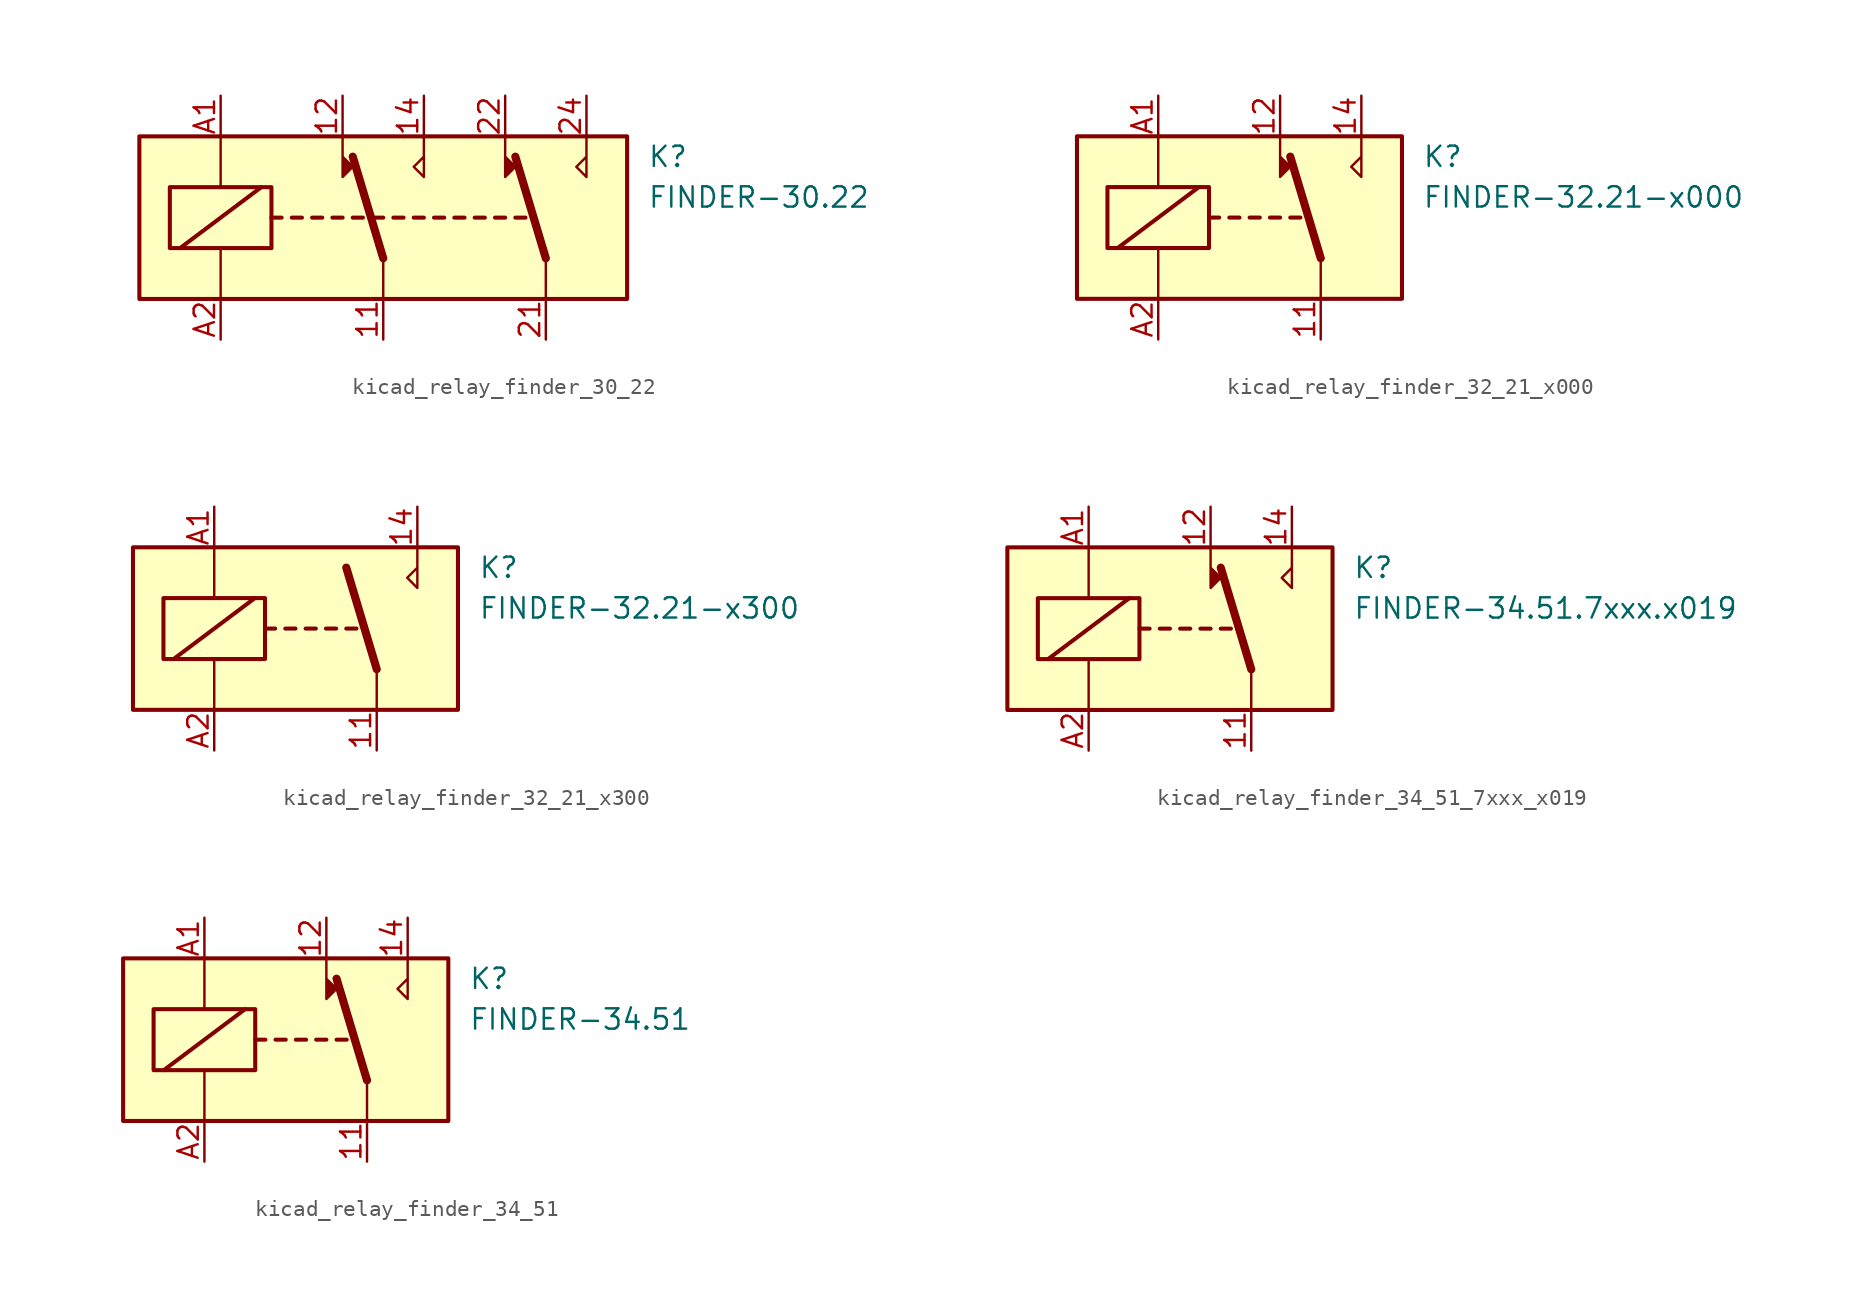
<source format=kicad_sym>
(kicad_symbol_lib
  (version 20220914)
  (generator kicad_symbol_editor)
  (symbol "kicad_relay_finder_30_22"
    (property "Reference" "K"
      (at 16.51 3.81 0)
      (effects (font (size 1.27 1.27)) (justify left)))
    (property "Value" "FINDER-30.22"
      (at 16.51 1.27 0)
      (effects (font (size 1.27 1.27)) (justify left)))
    (symbol "kicad_relay_finder_30_22_0_0"
      (polyline (pts (xy -2.54 5.08) (xy -2.54 2.54) (xy -1.905 3.175) (xy -2.54 3.81)) (stroke (width 0) (type default)) (fill (type outline)))
      (polyline (pts (xy 2.54 5.08) (xy 2.54 2.54) (xy 1.905 3.175) (xy 2.54 3.81)) (stroke (width 0) (type default)) (fill (type none)))
      (polyline (pts (xy 7.62 5.08) (xy 7.62 2.54) (xy 8.255 3.175) (xy 7.62 3.81)) (stroke (width 0) (type default)) (fill (type outline)))
      (polyline (pts (xy 12.7 5.08) (xy 12.7 2.54) (xy 12.065 3.175) (xy 12.7 3.81)) (stroke (width 0) (type default)) (fill (type none))))
    (symbol "kicad_relay_finder_30_22_0_1"
      (rectangle (start -15.24 5.08) (end 15.24 -5.08) (stroke (width 0.254) (type default)) (fill (type background)))
      (rectangle (start -13.335 1.905) (end -6.985 -1.905) (stroke (width 0.254) (type default)) (fill (type none)))
      (polyline (pts (xy -12.7 -1.905) (xy -7.62 1.905)) (stroke (width 0.254) (type default)) (fill (type none)))
      (polyline (pts (xy -10.16 -5.08) (xy -10.16 -1.905)) (stroke (width 0) (type default)) (fill (type none)))
      (polyline (pts (xy -10.16 5.08) (xy -10.16 1.905)) (stroke (width 0) (type default)) (fill (type none)))
      (polyline (pts (xy -6.985 0) (xy -6.35 0)) (stroke (width 0.254) (type default)) (fill (type none)))
      (polyline (pts (xy -5.715 0) (xy -5.08 0)) (stroke (width 0.254) (type default)) (fill (type none)))
      (polyline (pts (xy -4.445 0) (xy -3.81 0)) (stroke (width 0.254) (type default)) (fill (type none)))
      (polyline (pts (xy -3.175 0) (xy -2.54 0)) (stroke (width 0.254) (type default)) (fill (type none)))
      (polyline (pts (xy -1.905 0) (xy -1.27 0)) (stroke (width 0.254) (type default)) (fill (type none)))
      (polyline (pts (xy -0.635 0) (xy 0 0)) (stroke (width 0.254) (type default)) (fill (type none)))
      (polyline (pts (xy 0 -2.54) (xy -1.905 3.81)) (stroke (width 0.508) (type default)) (fill (type none)))
      (polyline (pts (xy 0 -2.54) (xy 0 -5.08)) (stroke (width 0) (type default)) (fill (type none)))
      (polyline (pts (xy 0.635 0) (xy 1.27 0)) (stroke (width 0.254) (type default)) (fill (type none)))
      (polyline (pts (xy 1.905 0) (xy 2.54 0)) (stroke (width 0.254) (type default)) (fill (type none)))
      (polyline (pts (xy 3.175 0) (xy 3.81 0)) (stroke (width 0.254) (type default)) (fill (type none)))
      (polyline (pts (xy 4.445 0) (xy 5.08 0)) (stroke (width 0.254) (type default)) (fill (type none)))
      (polyline (pts (xy 5.715 0) (xy 6.35 0)) (stroke (width 0.254) (type default)) (fill (type none)))
      (polyline (pts (xy 6.985 0) (xy 7.62 0)) (stroke (width 0.254) (type default)) (fill (type none)))
      (polyline (pts (xy 8.255 0) (xy 8.89 0)) (stroke (width 0.254) (type default)) (fill (type none)))
      (polyline (pts (xy 10.16 -2.54) (xy 8.255 3.81)) (stroke (width 0.508) (type default)) (fill (type none)))
      (polyline (pts (xy 10.16 -2.54) (xy 10.16 -5.08)) (stroke (width 0) (type default)) (fill (type none))))
    (symbol "kicad_relay_finder_30_22_1_1"
      (pin passive line (at 0 -7.62 90) (length 2.54) (name "~" (effects (font (size 1.27 1.27)))) (number "11" (effects (font (size 1.27 1.27)))))
      (pin passive line (at -2.54 7.62 270) (length 2.54) (name "~" (effects (font (size 1.27 1.27)))) (number "12" (effects (font (size 1.27 1.27)))))
      (pin passive line (at 2.54 7.62 270) (length 2.54) (name "~" (effects (font (size 1.27 1.27)))) (number "14" (effects (font (size 1.27 1.27)))))
      (pin passive line (at 10.16 -7.62 90) (length 2.54) (name "~" (effects (font (size 1.27 1.27)))) (number "21" (effects (font (size 1.27 1.27)))))
      (pin passive line (at 7.62 7.62 270) (length 2.54) (name "~" (effects (font (size 1.27 1.27)))) (number "22" (effects (font (size 1.27 1.27)))))
      (pin passive line (at 12.7 7.62 270) (length 2.54) (name "~" (effects (font (size 1.27 1.27)))) (number "24" (effects (font (size 1.27 1.27)))))
      (pin passive line (at -10.16 7.62 270) (length 2.54) (name "~" (effects (font (size 1.27 1.27)))) (number "A1" (effects (font (size 1.27 1.27)))))
      (pin passive line (at -10.16 -7.62 90) (length 2.54) (name "~" (effects (font (size 1.27 1.27)))) (number "A2" (effects (font (size 1.27 1.27)))))))
  (symbol "kicad_relay_finder_32_21_x000"
    (property "Reference" "K"
      (at 11.43 3.81 0)
      (effects (font (size 1.27 1.27)) (justify left)))
    (property "Value" "FINDER-32.21-x000"
      (at 11.43 1.27 0)
      (effects (font (size 1.27 1.27)) (justify left)))
    (symbol "kicad_relay_finder_32_21_x000_0_0"
      (polyline (pts (xy 2.54 5.08) (xy 2.54 2.54) (xy 3.175 3.175) (xy 2.54 3.81)) (stroke (width 0) (type default)) (fill (type outline)))
      (polyline (pts (xy 7.62 5.08) (xy 7.62 2.54) (xy 6.985 3.175) (xy 7.62 3.81)) (stroke (width 0) (type default)) (fill (type none))))
    (symbol "kicad_relay_finder_32_21_x000_0_1"
      (rectangle (start -10.16 5.08) (end 10.16 -5.08) (stroke (width 0.254) (type default)) (fill (type background)))
      (rectangle (start -8.255 1.905) (end -1.905 -1.905) (stroke (width 0.254) (type default)) (fill (type none)))
      (polyline (pts (xy -7.62 -1.905) (xy -2.54 1.905)) (stroke (width 0.254) (type default)) (fill (type none)))
      (polyline (pts (xy -5.08 -5.08) (xy -5.08 -1.905)) (stroke (width 0) (type default)) (fill (type none)))
      (polyline (pts (xy -5.08 5.08) (xy -5.08 1.905)) (stroke (width 0) (type default)) (fill (type none)))
      (polyline (pts (xy -1.905 0) (xy -1.27 0)) (stroke (width 0.254) (type default)) (fill (type none)))
      (polyline (pts (xy -0.635 0) (xy 0 0)) (stroke (width 0.254) (type default)) (fill (type none)))
      (polyline (pts (xy 0.635 0) (xy 1.27 0)) (stroke (width 0.254) (type default)) (fill (type none)))
      (polyline (pts (xy 1.905 0) (xy 2.54 0)) (stroke (width 0.254) (type default)) (fill (type none)))
      (polyline (pts (xy 3.175 0) (xy 3.81 0)) (stroke (width 0.254) (type default)) (fill (type none)))
      (polyline (pts (xy 5.08 -2.54) (xy 3.175 3.81)) (stroke (width 0.508) (type default)) (fill (type none)))
      (polyline (pts (xy 5.08 -2.54) (xy 5.08 -5.08)) (stroke (width 0) (type default)) (fill (type none))))
    (symbol "kicad_relay_finder_32_21_x000_1_1"
      (pin passive line (at 5.08 -7.62 90) (length 2.54) (name "~" (effects (font (size 1.27 1.27)))) (number "11" (effects (font (size 1.27 1.27)))))
      (pin passive line (at 2.54 7.62 270) (length 2.54) (name "~" (effects (font (size 1.27 1.27)))) (number "12" (effects (font (size 1.27 1.27)))))
      (pin passive line (at 7.62 7.62 270) (length 2.54) (name "~" (effects (font (size 1.27 1.27)))) (number "14" (effects (font (size 1.27 1.27)))))
      (pin passive line (at -5.08 7.62 270) (length 2.54) (name "~" (effects (font (size 1.27 1.27)))) (number "A1" (effects (font (size 1.27 1.27)))))
      (pin passive line (at -5.08 -7.62 90) (length 2.54) (name "~" (effects (font (size 1.27 1.27)))) (number "A2" (effects (font (size 1.27 1.27)))))))
  (symbol "kicad_relay_finder_32_21_x300"
    (property "Reference" "K"
      (at 11.43 3.81 0)
      (effects (font (size 1.27 1.27)) (justify left)))
    (property "Value" "FINDER-32.21-x300"
      (at 11.43 1.27 0)
      (effects (font (size 1.27 1.27)) (justify left)))
    (symbol "kicad_relay_finder_32_21_x300_0_1"
      (rectangle (start -10.16 5.08) (end 10.16 -5.08) (stroke (width 0.254) (type default)) (fill (type background)))
      (rectangle (start -8.255 1.905) (end -1.905 -1.905) (stroke (width 0.254) (type default)) (fill (type none)))
      (polyline (pts (xy -7.62 -1.905) (xy -2.54 1.905)) (stroke (width 0.254) (type default)) (fill (type none)))
      (polyline (pts (xy -5.08 -5.08) (xy -5.08 -1.905)) (stroke (width 0) (type default)) (fill (type none)))
      (polyline (pts (xy -5.08 5.08) (xy -5.08 1.905)) (stroke (width 0) (type default)) (fill (type none)))
      (polyline (pts (xy -1.905 0) (xy -1.27 0)) (stroke (width 0.254) (type default)) (fill (type none)))
      (polyline (pts (xy -0.635 0) (xy 0 0)) (stroke (width 0.254) (type default)) (fill (type none)))
      (polyline (pts (xy 0.635 0) (xy 1.27 0)) (stroke (width 0.254) (type default)) (fill (type none)))
      (polyline (pts (xy 1.905 0) (xy 2.54 0)) (stroke (width 0.254) (type default)) (fill (type none)))
      (polyline (pts (xy 3.175 0) (xy 3.81 0)) (stroke (width 0.254) (type default)) (fill (type none)))
      (polyline (pts (xy 5.08 -2.54) (xy 3.175 3.81)) (stroke (width 0.508) (type default)) (fill (type none)))
      (polyline (pts (xy 5.08 -2.54) (xy 5.08 -5.08)) (stroke (width 0) (type default)) (fill (type none)))
      (polyline (pts (xy 7.62 5.08) (xy 7.62 2.54) (xy 6.985 3.175) (xy 7.62 3.81)) (stroke (width 0) (type default)) (fill (type none))))
    (symbol "kicad_relay_finder_32_21_x300_1_1"
      (pin passive line (at 5.08 -7.62 90) (length 2.54) (name "~" (effects (font (size 1.27 1.27)))) (number "11" (effects (font (size 1.27 1.27)))))
      (pin passive line (at 7.62 7.62 270) (length 2.54) (name "~" (effects (font (size 1.27 1.27)))) (number "14" (effects (font (size 1.27 1.27)))))
      (pin passive line (at -5.08 7.62 270) (length 2.54) (name "~" (effects (font (size 1.27 1.27)))) (number "A1" (effects (font (size 1.27 1.27)))))
      (pin passive line (at -5.08 -7.62 90) (length 2.54) (name "~" (effects (font (size 1.27 1.27)))) (number "A2" (effects (font (size 1.27 1.27)))))))
  (symbol "kicad_relay_finder_34_51_7xxx_x019"
    (property "Reference" "K"
      (at 11.43 3.81 0)
      (effects (font (size 1.27 1.27)) (justify left)))
    (property "Value" "FINDER-34.51.7xxx.x019"
      (at 11.43 1.27 0)
      (effects (font (size 1.27 1.27)) (justify left)))
    (symbol "kicad_relay_finder_34_51_7xxx_x019_0_0"
      (polyline (pts (xy 7.62 5.08) (xy 7.62 2.54) (xy 6.985 3.175) (xy 7.62 3.81)) (stroke (width 0) (type default)) (fill (type none))))
    (symbol "kicad_relay_finder_34_51_7xxx_x019_0_1"
      (rectangle (start -10.16 5.08) (end 10.16 -5.08) (stroke (width 0.254) (type default)) (fill (type background)))
      (rectangle (start -8.255 1.905) (end -1.905 -1.905) (stroke (width 0.254) (type default)) (fill (type none)))
      (polyline (pts (xy -7.62 -1.905) (xy -2.54 1.905)) (stroke (width 0.254) (type default)) (fill (type none)))
      (polyline (pts (xy -5.08 -5.08) (xy -5.08 -1.905)) (stroke (width 0) (type default)) (fill (type none)))
      (polyline (pts (xy -5.08 5.08) (xy -5.08 1.905)) (stroke (width 0) (type default)) (fill (type none)))
      (polyline (pts (xy -1.905 0) (xy -1.27 0)) (stroke (width 0.254) (type default)) (fill (type none)))
      (polyline (pts (xy -0.635 0) (xy 0 0)) (stroke (width 0.254) (type default)) (fill (type none)))
      (polyline (pts (xy 0.635 0) (xy 1.27 0)) (stroke (width 0.254) (type default)) (fill (type none)))
      (polyline (pts (xy 1.905 0) (xy 2.54 0)) (stroke (width 0.254) (type default)) (fill (type none)))
      (polyline (pts (xy 3.175 0) (xy 3.81 0)) (stroke (width 0.254) (type default)) (fill (type none)))
      (polyline (pts (xy 5.08 -2.54) (xy 3.175 3.81)) (stroke (width 0.508) (type default)) (fill (type none)))
      (polyline (pts (xy 5.08 -2.54) (xy 5.08 -5.08)) (stroke (width 0) (type default)) (fill (type none)))
      (polyline (pts (xy 2.54 5.08) (xy 2.54 2.54) (xy 3.175 3.175) (xy 2.54 3.81)) (stroke (width 0) (type default)) (fill (type outline))))
    (symbol "kicad_relay_finder_34_51_7xxx_x019_1_1"
      (pin passive line (at 5.08 -7.62 90) (length 2.54) (name "~" (effects (font (size 1.27 1.27)))) (number "11" (effects (font (size 1.27 1.27)))))
      (pin passive line (at 2.54 7.62 270) (length 2.54) (name "~" (effects (font (size 1.27 1.27)))) (number "12" (effects (font (size 1.27 1.27)))))
      (pin passive line (at 7.62 7.62 270) (length 2.54) (name "~" (effects (font (size 1.27 1.27)))) (number "14" (effects (font (size 1.27 1.27)))))
      (pin passive line (at -5.08 7.62 270) (length 2.54) (name "~" (effects (font (size 1.27 1.27)))) (number "A1" (effects (font (size 1.27 1.27)))))
      (pin passive line (at -5.08 -7.62 90) (length 2.54) (name "~" (effects (font (size 1.27 1.27)))) (number "A2" (effects (font (size 1.27 1.27)))))))
  (symbol "kicad_relay_finder_34_51"
    (property "Reference" "K"
      (at 11.43 3.81 0)
      (effects (font (size 1.27 1.27)) (justify left)))
    (property "Value" "FINDER-34.51"
      (at 11.43 1.27 0)
      (effects (font (size 1.27 1.27)) (justify left)))
    (symbol "kicad_relay_finder_34_51_0_0"
      (polyline (pts (xy 7.62 5.08) (xy 7.62 2.54) (xy 6.985 3.175) (xy 7.62 3.81)) (stroke (width 0) (type default)) (fill (type none))))
    (symbol "kicad_relay_finder_34_51_0_1"
      (rectangle (start -10.16 5.08) (end 10.16 -5.08) (stroke (width 0.254) (type default)) (fill (type background)))
      (rectangle (start -8.255 1.905) (end -1.905 -1.905) (stroke (width 0.254) (type default)) (fill (type none)))
      (polyline (pts (xy -7.62 -1.905) (xy -2.54 1.905)) (stroke (width 0.254) (type default)) (fill (type none)))
      (polyline (pts (xy -5.08 -5.08) (xy -5.08 -1.905)) (stroke (width 0) (type default)) (fill (type none)))
      (polyline (pts (xy -5.08 5.08) (xy -5.08 1.905)) (stroke (width 0) (type default)) (fill (type none)))
      (polyline (pts (xy -1.905 0) (xy -1.27 0)) (stroke (width 0.254) (type default)) (fill (type none)))
      (polyline (pts (xy -0.635 0) (xy 0 0)) (stroke (width 0.254) (type default)) (fill (type none)))
      (polyline (pts (xy 0.635 0) (xy 1.27 0)) (stroke (width 0.254) (type default)) (fill (type none)))
      (polyline (pts (xy 1.905 0) (xy 2.54 0)) (stroke (width 0.254) (type default)) (fill (type none)))
      (polyline (pts (xy 3.175 0) (xy 3.81 0)) (stroke (width 0.254) (type default)) (fill (type none)))
      (polyline (pts (xy 5.08 -2.54) (xy 3.175 3.81)) (stroke (width 0.508) (type default)) (fill (type none)))
      (polyline (pts (xy 5.08 -2.54) (xy 5.08 -5.08)) (stroke (width 0) (type default)) (fill (type none)))
      (polyline (pts (xy 2.54 5.08) (xy 2.54 2.54) (xy 3.175 3.175) (xy 2.54 3.81)) (stroke (width 0) (type default)) (fill (type outline))))
    (symbol "kicad_relay_finder_34_51_1_1"
      (pin passive line (at 5.08 -7.62 90) (length 2.54) (name "~" (effects (font (size 1.27 1.27)))) (number "11" (effects (font (size 1.27 1.27)))))
      (pin passive line (at 2.54 7.62 270) (length 2.54) (name "~" (effects (font (size 1.27 1.27)))) (number "12" (effects (font (size 1.27 1.27)))))
      (pin passive line (at 7.62 7.62 270) (length 2.54) (name "~" (effects (font (size 1.27 1.27)))) (number "14" (effects (font (size 1.27 1.27)))))
      (pin passive line (at -5.08 7.62 270) (length 2.54) (name "~" (effects (font (size 1.27 1.27)))) (number "A1" (effects (font (size 1.27 1.27)))))
      (pin passive line (at -5.08 -7.62 90) (length 2.54) (name "~" (effects (font (size 1.27 1.27)))) (number "A2" (effects (font (size 1.27 1.27))))))))
</source>
